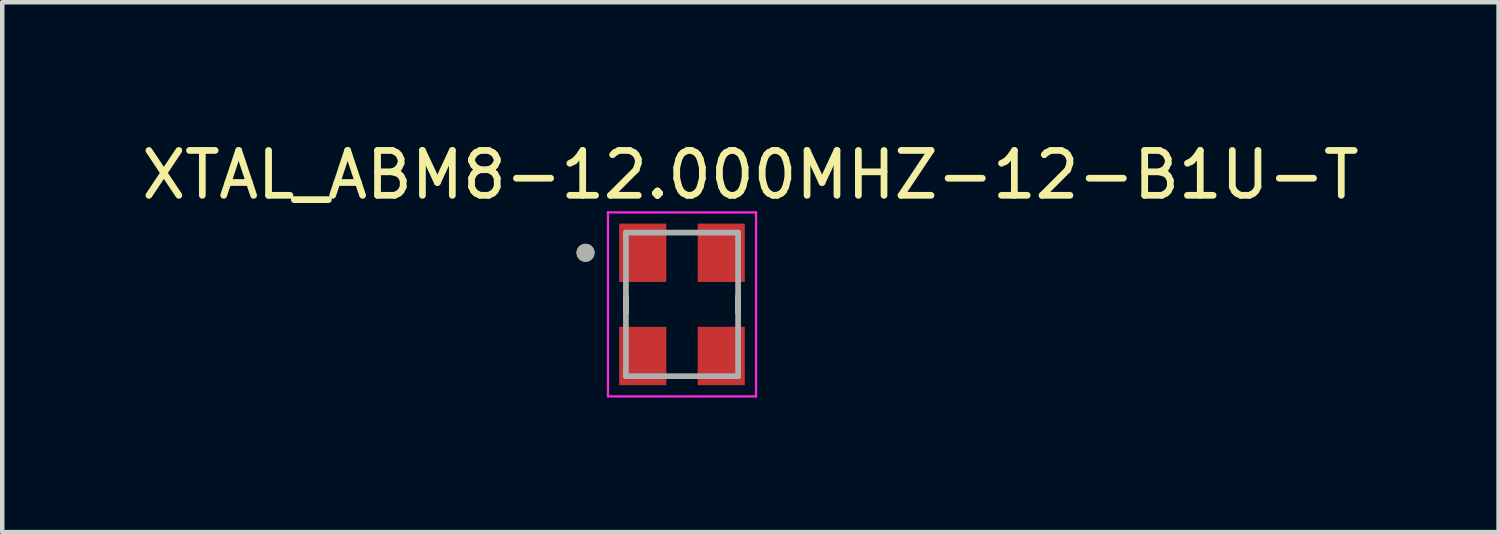
<source format=kicad_pcb>
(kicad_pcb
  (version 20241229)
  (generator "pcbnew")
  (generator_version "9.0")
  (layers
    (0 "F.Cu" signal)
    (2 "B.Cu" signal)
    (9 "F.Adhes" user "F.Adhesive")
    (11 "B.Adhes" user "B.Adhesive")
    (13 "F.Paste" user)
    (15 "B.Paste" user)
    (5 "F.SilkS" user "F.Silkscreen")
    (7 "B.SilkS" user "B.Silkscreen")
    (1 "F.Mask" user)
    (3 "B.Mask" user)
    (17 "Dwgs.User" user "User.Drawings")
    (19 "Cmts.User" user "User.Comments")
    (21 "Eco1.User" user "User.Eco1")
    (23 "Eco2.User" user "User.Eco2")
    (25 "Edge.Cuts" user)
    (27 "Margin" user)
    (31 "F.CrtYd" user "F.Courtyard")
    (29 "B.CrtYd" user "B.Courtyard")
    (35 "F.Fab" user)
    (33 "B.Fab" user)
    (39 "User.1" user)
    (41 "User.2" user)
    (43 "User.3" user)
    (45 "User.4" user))
  (footprint "XTAL_ABM8-12.000MHZ-12-B1U-T"
    (layer "F.Cu")
    (at 12.148 3.733)
    (property "Reference" "XTAL_ABM8-12.000MHZ-12-B1U-T" (at 1.525 -2.885 0) (layer "F.SilkS") (effects (font (size 1 1) (thickness 0.15))))
    (attr smd)
    (fp_line (start -1.25 -0.18) (end -1.25 0.18) (stroke (width 0.127) (type solid)) (layer "F.SilkS"))
    (fp_line (start 1.25 -0.18) (end 1.25 0.18) (stroke (width 0.127) (type solid)) (layer "F.SilkS"))
    (fp_circle (center -2.15 -1.15) (end -2.05 -1.15) (stroke (width 0.2) (type solid)) (fill no) (layer "F.SilkS"))
    (fp_line (start -1.65 -2.05) (end -1.65 2.05) (stroke (width 0.05) (type solid)) (layer "F.CrtYd"))
    (fp_line (start -1.65 -2.05) (end 1.65 -2.05) (stroke (width 0.05) (type solid)) (layer "F.CrtYd"))
    (fp_line (start 1.65 -2.05) (end 1.65 2.05) (stroke (width 0.05) (type solid)) (layer "F.CrtYd"))
    (fp_line (start 1.65 2.05) (end -1.65 2.05) (stroke (width 0.05) (type solid)) (layer "F.CrtYd"))
    (fp_line (start -1.25 -1.6) (end -1.25 1.6) (stroke (width 0.127) (type solid)) (layer "F.Fab"))
    (fp_line (start -1.25 -1.6) (end 1.25 -1.6) (stroke (width 0.127) (type solid)) (layer "F.Fab"))
    (fp_line (start 1.25 -1.6) (end 1.25 1.6) (stroke (width 0.127) (type solid)) (layer "F.Fab"))
    (fp_line (start 1.25 1.6) (end -1.25 1.6) (stroke (width 0.127) (type solid)) (layer "F.Fab"))
    (fp_circle (center -2.15 -1.15) (end -2.05 -1.15) (stroke (width 0.2) (type solid)) (fill no) (layer "F.Fab"))
    (pad "1" smd rect (at -0.875 -1.15) (size 1.05 1.3) (layers "F.Cu" "F.Mask" "F.Paste"))
    (pad "2" smd rect (at -0.875 1.15) (size 1.05 1.3) (layers "F.Cu" "F.Mask" "F.Paste"))
    (pad "3" smd rect (at 0.875 1.15) (size 1.05 1.3) (layers "F.Cu" "F.Mask" "F.Paste"))
    (pad "4" smd rect (at 0.875 -1.15) (size 1.05 1.3) (layers "F.Cu" "F.Mask" "F.Paste")))
  (gr_rect
    (start -3 -3)
    (end 30.345 8.808)
    (stroke (width 0.1) (type default))
    (fill no)
    (layer "Edge.Cuts")))
</source>
